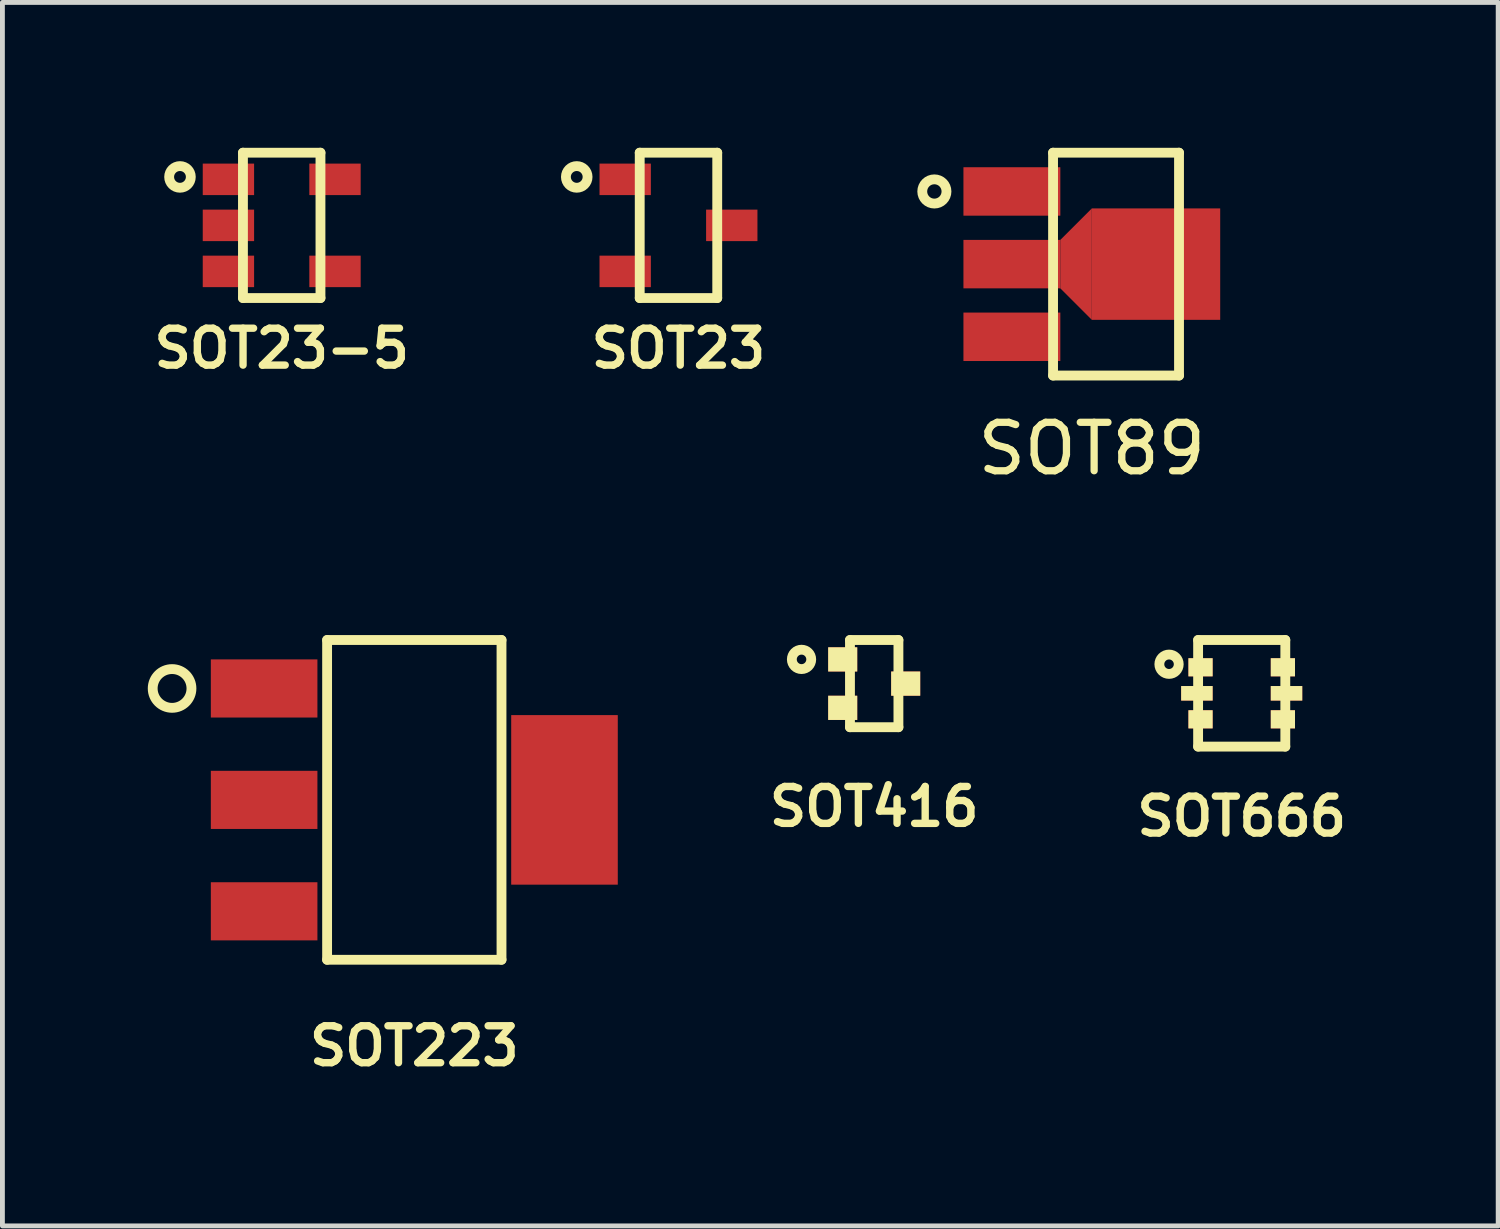
<source format=kicad_pcb>
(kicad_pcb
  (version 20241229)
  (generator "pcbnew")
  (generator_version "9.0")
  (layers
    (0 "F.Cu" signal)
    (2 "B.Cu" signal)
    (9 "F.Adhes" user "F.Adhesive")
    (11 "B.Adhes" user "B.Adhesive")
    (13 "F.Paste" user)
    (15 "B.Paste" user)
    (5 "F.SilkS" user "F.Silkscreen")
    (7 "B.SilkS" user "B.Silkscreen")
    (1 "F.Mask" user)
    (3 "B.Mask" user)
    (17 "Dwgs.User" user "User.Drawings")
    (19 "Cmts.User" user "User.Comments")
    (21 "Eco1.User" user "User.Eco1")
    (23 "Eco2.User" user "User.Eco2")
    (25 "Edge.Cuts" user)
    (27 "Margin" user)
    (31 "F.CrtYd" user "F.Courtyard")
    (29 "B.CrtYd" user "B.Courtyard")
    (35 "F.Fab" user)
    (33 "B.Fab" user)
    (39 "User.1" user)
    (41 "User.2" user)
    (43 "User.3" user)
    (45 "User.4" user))
  (footprint "SOT416"
    (layer "F.Cu")
    (at 14.995 11.061)
    (property "Reference" "SOT416" (at 0 2.54 0) (layer "F.SilkS") (effects (font (size 0.762 0.762) (thickness 0.152))))
    (attr smd)
    (fp_line (start -0.5 -0.9) (end 0.5 -0.9) (stroke (width 0.203) (type solid)) (layer "F.SilkS"))
    (fp_line (start -0.5 0.9) (end -0.5 -0.9) (stroke (width 0.203) (type solid)) (layer "F.SilkS"))
    (fp_line (start 0.5 -0.9) (end 0.5 0.9) (stroke (width 0.203) (type solid)) (layer "F.SilkS"))
    (fp_line (start 0.5 0.9) (end -0.5 0.9) (stroke (width 0.203) (type solid)) (layer "F.SilkS"))
    (fp_circle (center -1.5 -0.5) (end -1.5 -0.7) (stroke (width 0.203) (type solid)) (fill no) (layer "F.SilkS"))
    (pad "1" smd rect (at -0.65 -0.5 270) (size 0.5 0.6) (layers "F.Cu" "F.Mask" "F.SilkS" "F.Paste"))
    (pad "2" smd rect (at -0.65 0.5 270) (size 0.5 0.6) (layers "F.Cu" "F.Mask" "F.SilkS" "F.Paste"))
    (pad "3" smd rect (at 0.65 0 270) (size 0.5 0.6) (layers "F.Cu" "F.Mask" "F.SilkS" "F.Paste")))
  (footprint "SOT23-5"
    (layer "F.Cu")
    (at 2.765 1.602)
    (property "Reference" "SOT23-5" (at 0 2.54 0) (layer "F.SilkS") (effects (font (size 0.762 0.762) (thickness 0.152))))
    (attr smd)
    (fp_line (start -0.8 -1.5) (end -0.8 1.5) (stroke (width 0.203) (type solid)) (layer "F.SilkS"))
    (fp_line (start -0.8 1.5) (end 0.8 1.5) (stroke (width 0.203) (type solid)) (layer "F.SilkS"))
    (fp_line (start 0.8 -1.5) (end -0.8 -1.5) (stroke (width 0.203) (type solid)) (layer "F.SilkS"))
    (fp_line (start 0.8 1.5) (end 0.8 -1.5) (stroke (width 0.203) (type solid)) (layer "F.SilkS"))
    (fp_circle (center -2.1 -1) (end -2.2 -1.2) (stroke (width 0.203) (type solid)) (fill no) (layer "F.SilkS"))
    (pad "1" smd rect (at -1.1 -0.95) (size 1.06 0.65) (layers "F.Cu" "F.Mask" "F.Paste"))
    (pad "2" smd rect (at -1.1 0) (size 1.06 0.65) (layers "F.Cu" "F.Mask" "F.Paste"))
    (pad "3" smd rect (at -1.1 0.95) (size 1.06 0.65) (layers "F.Cu" "F.Mask" "F.Paste"))
    (pad "4" smd rect (at 1.1 0.95) (size 1.06 0.65) (layers "F.Cu" "F.Mask" "F.Paste"))
    (pad "5" smd rect (at 1.1 -0.95) (size 1.06 0.65) (layers "F.Cu" "F.Mask" "F.Paste")))
  (footprint "SOT89"
    (layer "F.Cu")
    (at 19.487 2.402)
    (property "Reference" "SOT89" (at 0 3.81 0) (layer "F.SilkS") (effects (font (size 1 1) (thickness 0.15))))
    (attr smd)
    (fp_line (start -0.8 -2.3) (end -0.8 2.3) (stroke (width 0.203) (type solid)) (layer "F.SilkS"))
    (fp_line (start -0.8 2.3) (end 1.8 2.3) (stroke (width 0.203) (type solid)) (layer "F.SilkS"))
    (fp_line (start 1.8 -2.3) (end -0.8 -2.3) (stroke (width 0.203) (type solid)) (layer "F.SilkS"))
    (fp_line (start 1.8 2.3) (end 1.8 -2.3) (stroke (width 0.203) (type solid)) (layer "F.SilkS"))
    (fp_circle (center -3.25 -1.5) (end -3 -1.5) (stroke (width 0.203) (type solid)) (fill no) (layer "F.SilkS"))
    (pad "1" smd rect (at -1.65 -1.5) (size 2 1) (layers "F.Cu" "F.Mask" "F.Paste"))
    (pad "2" smd rect (at -1.65 0) (size 2 1) (layers "F.Cu" "F.Mask" "F.Paste"))
    (pad "2" smd trapezoid (at 0 0) (size 0.65 1.65) (rect_delta -0.65 0) (drill (offset -0.325 0)) (layers "F.Cu" "F.Mask"))
    (pad "2" smd rect (at 1.325 0) (size 2.65 2.3) (layers "F.Cu" "F.Mask" "F.Paste"))
    (pad "3" smd rect (at -1.65 1.5) (size 2 1) (layers "F.Cu" "F.Mask" "F.Paste")))
  (footprint "SOT23"
    (layer "F.Cu")
    (at 10.955 1.602)
    (property "Reference" "SOT23" (at 0 2.54 0) (layer "F.SilkS") (effects (font (size 0.762 0.762) (thickness 0.152))))
    (attr smd)
    (fp_line (start -0.8 -1.5) (end -0.8 1.5) (stroke (width 0.203) (type solid)) (layer "F.SilkS"))
    (fp_line (start -0.8 1.5) (end 0.8 1.5) (stroke (width 0.203) (type solid)) (layer "F.SilkS"))
    (fp_line (start 0.8 -1.5) (end -0.8 -1.5) (stroke (width 0.203) (type solid)) (layer "F.SilkS"))
    (fp_line (start 0.8 1.5) (end 0.8 -1.5) (stroke (width 0.203) (type solid)) (layer "F.SilkS"))
    (fp_circle (center -2.1 -1) (end -2.2 -1.2) (stroke (width 0.203) (type solid)) (fill no) (layer "F.SilkS"))
    (pad "1" smd rect (at -1.1 -0.95) (size 1.06 0.65) (layers "F.Cu" "F.Mask" "F.Paste"))
    (pad "2" smd rect (at -1.1 0.95) (size 1.06 0.65) (layers "F.Cu" "F.Mask" "F.Paste"))
    (pad "3" smd rect (at 1.1 0) (size 1.06 0.65) (layers "F.Cu" "F.Mask" "F.Paste")))
  (footprint "SOT223"
    (layer "F.Cu")
    (at 5.502 13.461)
    (property "Reference" "SOT223" (at 0 5.08 0) (layer "F.SilkS") (effects (font (size 0.762 0.762) (thickness 0.152))))
    (attr smd)
    (fp_line (start -1.8 -3.3) (end 1.8 -3.3) (stroke (width 0.203) (type solid)) (layer "F.SilkS"))
    (fp_line (start -1.8 3.3) (end -1.8 -3.3) (stroke (width 0.203) (type solid)) (layer "F.SilkS"))
    (fp_line (start 1.8 -3.3) (end 1.8 3.3) (stroke (width 0.203) (type solid)) (layer "F.SilkS"))
    (fp_line (start 1.8 3.3) (end -1.8 3.3) (stroke (width 0.203) (type solid)) (layer "F.SilkS"))
    (fp_circle (center -5 -2.3) (end -4.6 -2.3) (stroke (width 0.203) (type solid)) (fill no) (layer "F.SilkS"))
    (pad "0" smd rect (at 3.1 0) (size 2.2 3.5) (layers "F.Cu" "F.Mask" "F.Paste"))
    (pad "1" smd rect (at -3.1 -2.3) (size 2.2 1.2) (layers "F.Cu" "F.Mask" "F.Paste"))
    (pad "2" smd rect (at -3.1 0) (size 2.2 1.2) (layers "F.Cu" "F.Mask" "F.Paste"))
    (pad "3" smd rect (at -3.1 2.3) (size 2.2 1.2) (layers "F.Cu" "F.Mask" "F.Paste")))
  (footprint "SOT666"
    (layer "F.Cu")
    (at 22.581 11.261)
    (property "Reference" "SOT666" (at 0 2.54 0) (layer "F.SilkS") (effects (font (size 0.762 0.762) (thickness 0.152))))
    (attr smd)
    (fp_line (start -0.9 -1.1) (end -0.9 1.1) (stroke (width 0.203) (type solid)) (layer "F.SilkS"))
    (fp_line (start -0.9 1.1) (end 0.9 1.1) (stroke (width 0.203) (type solid)) (layer "F.SilkS"))
    (fp_line (start 0.9 -1.1) (end -0.9 -1.1) (stroke (width 0.203) (type solid)) (layer "F.SilkS"))
    (fp_line (start 0.9 1.1) (end 0.9 -1.1) (stroke (width 0.203) (type solid)) (layer "F.SilkS"))
    (fp_circle (center -1.5 -0.6) (end -1.5 -0.8) (stroke (width 0.203) (type solid)) (fill no) (layer "F.SilkS"))
    (pad "1" smd rect (at -0.85 -0.537) (size 0.5 0.375) (layers "F.Cu" "F.Mask" "F.SilkS" "F.Paste"))
    (pad "2" smd rect (at -0.925 0) (size 0.65 0.3) (layers "F.Cu" "F.Mask" "F.SilkS" "F.Paste"))
    (pad "3" smd rect (at -0.85 0.537) (size 0.5 0.375) (layers "F.Cu" "F.Mask" "F.SilkS" "F.Paste"))
    (pad "4" smd rect (at 0.85 0.537) (size 0.5 0.375) (layers "F.Cu" "F.Mask" "F.SilkS" "F.Paste"))
    (pad "5" smd rect (at 0.925 0) (size 0.65 0.3) (layers "F.Cu" "F.Mask" "F.SilkS" "F.Paste"))
    (pad "6" smd rect (at 0.85 -0.537) (size 0.5 0.375) (layers "F.Cu" "F.Mask" "F.SilkS" "F.Paste")))
  (gr_rect
    (start -3 -3)
    (end 27.875 22.255)
    (stroke (width 0.1) (type default))
    (fill no)
    (layer "Edge.Cuts")))
</source>
